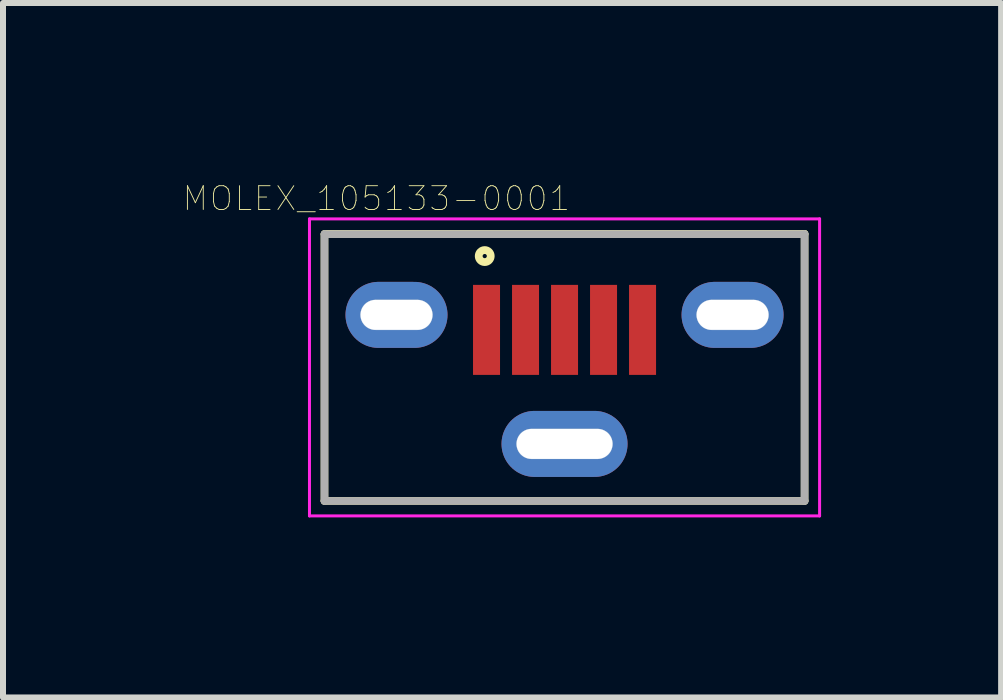
<source format=kicad_pcb>
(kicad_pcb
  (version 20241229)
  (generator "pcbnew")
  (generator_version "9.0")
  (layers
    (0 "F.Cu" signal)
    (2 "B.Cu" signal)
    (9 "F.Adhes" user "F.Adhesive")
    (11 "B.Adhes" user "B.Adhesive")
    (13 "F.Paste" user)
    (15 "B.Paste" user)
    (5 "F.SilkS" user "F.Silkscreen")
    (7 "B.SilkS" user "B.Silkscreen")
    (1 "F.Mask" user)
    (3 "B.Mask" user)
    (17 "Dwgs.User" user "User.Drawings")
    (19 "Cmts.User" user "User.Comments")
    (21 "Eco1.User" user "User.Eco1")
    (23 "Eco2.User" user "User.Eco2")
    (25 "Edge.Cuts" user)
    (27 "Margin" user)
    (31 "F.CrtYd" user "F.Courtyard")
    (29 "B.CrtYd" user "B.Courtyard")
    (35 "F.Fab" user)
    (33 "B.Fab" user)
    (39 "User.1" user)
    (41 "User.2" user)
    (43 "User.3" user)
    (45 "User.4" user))
  (footprint "MOLEX_105133-0001"
    (layer "F.Cu")
    (at 6.357 2.197)
    (property "Reference" "MOLEX_105133-0001" (at -3.135 -1.939 0) (layer "F.SilkS") (effects (font (size 0.396 0.396) (thickness 0.015))))
    (attr through_hole)
    (fp_poly (pts (xy -3.945 -0.75) (xy -1.675 -0.75) (xy -1.675 0.754) (xy -3.945 0.754)) (stroke (width 0.01) (type solid)) (fill yes) (layer "F.Mask"))
    (fp_poly (pts (xy -1.256 1.4) (xy 1.25 1.4) (xy 1.25 2.914) (xy -1.256 2.914)) (stroke (width 0.01) (type solid)) (fill yes) (layer "F.Mask"))
    (fp_poly (pts (xy 1.684 -0.75) (xy 3.925 -0.75) (xy 3.925 0.754) (xy 1.684 0.754)) (stroke (width 0.01) (type solid)) (fill yes) (layer "F.Mask"))
    (fp_poly (pts (xy -3.946 -0.75) (xy -1.675 -0.75) (xy -1.675 0.754) (xy -3.946 0.754)) (stroke (width 0.01) (type solid)) (fill yes) (layer "B.Mask"))
    (fp_poly (pts (xy -1.255 1.4) (xy 1.25 1.4) (xy 1.25 2.912) (xy -1.255 2.912)) (stroke (width 0.01) (type solid)) (fill yes) (layer "B.Mask"))
    (fp_poly (pts (xy 1.687 -0.75) (xy 3.925 -0.75) (xy 3.925 0.755) (xy 1.687 0.755)) (stroke (width 0.01) (type solid)) (fill yes) (layer "B.Mask"))
    (fp_line (start -4 -1.34) (end -4 3.1) (stroke (width 0.127) (type solid)) (layer "F.SilkS"))
    (fp_line (start -4 3.1) (end 4 3.1) (stroke (width 0.127) (type solid)) (layer "F.SilkS"))
    (fp_line (start 4 -1.35) (end -4 -1.35) (stroke (width 0.127) (type solid)) (layer "F.SilkS"))
    (fp_line (start 4 3.1) (end 4 -1.35) (stroke (width 0.127) (type solid)) (layer "F.SilkS"))
    (fp_circle (center -1.33 -0.98) (end -1.23 -0.98) (stroke (width 0.13) (type solid)) (fill no) (layer "F.SilkS"))
    (fp_poly (pts (xy -3.4 0) (xy -3.4 0.013) (xy -3.399 0.026) (xy -3.397 0.039) (xy -3.395 0.052) (xy -3.391 0.065) (xy -3.388 0.077) (xy -3.383 0.09) (xy -3.378 0.102) (xy -3.373 0.113) (xy -3.367 0.125) (xy -3.36 0.136) (xy -3.352 0.147) (xy -3.344 0.157) (xy -3.336 0.167) (xy -3.327 0.177) (xy -3.317 0.186) (xy -3.307 0.194) (xy -3.297 0.202) (xy -3.286 0.21) (xy -3.275 0.217) (xy -3.263 0.223) (xy -3.252 0.228) (xy -3.24 0.233) (xy -3.227 0.238) (xy -3.215 0.241) (xy -3.202 0.245) (xy -3.189 0.247) (xy -3.176 0.249) (xy -3.163 0.25) (xy -3.15 0.25) (xy -2.45 0.25) (xy -2.437 0.25) (xy -2.424 0.249) (xy -2.411 0.247) (xy -2.398 0.245) (xy -2.385 0.241) (xy -2.373 0.238) (xy -2.36 0.233) (xy -2.348 0.228) (xy -2.337 0.223) (xy -2.325 0.217) (xy -2.314 0.21) (xy -2.303 0.202) (xy -2.293 0.194) (xy -2.283 0.186) (xy -2.273 0.177) (xy -2.264 0.167) (xy -2.256 0.157) (xy -2.248 0.147) (xy -2.24 0.136) (xy -2.233 0.125) (xy -2.227 0.113) (xy -2.222 0.102) (xy -2.217 0.09) (xy -2.212 0.077) (xy -2.209 0.065) (xy -2.205 0.052) (xy -2.203 0.039) (xy -2.201 0.026) (xy -2.2 0.013) (xy -2.2 0) (xy -2.2 -0.013) (xy -2.201 -0.026) (xy -2.203 -0.039) (xy -2.205 -0.052) (xy -2.209 -0.065) (xy -2.212 -0.077) (xy -2.217 -0.09) (xy -2.222 -0.102) (xy -2.227 -0.113) (xy -2.233 -0.125) (xy -2.24 -0.136) (xy -2.248 -0.147) (xy -2.256 -0.157) (xy -2.264 -0.167) (xy -2.273 -0.177) (xy -2.283 -0.186) (xy -2.293 -0.194) (xy -2.303 -0.202) (xy -2.314 -0.21) (xy -2.325 -0.217) (xy -2.337 -0.223) (xy -2.348 -0.228) (xy -2.36 -0.233) (xy -2.373 -0.238) (xy -2.385 -0.241) (xy -2.398 -0.245) (xy -2.411 -0.247) (xy -2.424 -0.249) (xy -2.437 -0.25) (xy -2.45 -0.25) (xy -2.8 -0.25) (xy -2.8 -0.55) (xy -2.45 -0.55) (xy -2.421 -0.549) (xy -2.393 -0.547) (xy -2.364 -0.543) (xy -2.336 -0.538) (xy -2.308 -0.531) (xy -2.28 -0.523) (xy -2.253 -0.513) (xy -2.226 -0.502) (xy -2.2 -0.49) (xy -2.175 -0.476) (xy -2.15 -0.461) (xy -2.127 -0.445) (xy -2.104 -0.427) (xy -2.082 -0.409) (xy -2.061 -0.389) (xy -2.041 -0.368) (xy -2.023 -0.346) (xy -2.005 -0.323) (xy -1.989 -0.3) (xy -1.974 -0.275) (xy -1.96 -0.25) (xy -1.948 -0.224) (xy -1.937 -0.197) (xy -1.927 -0.17) (xy -1.919 -0.142) (xy -1.912 -0.114) (xy -1.907 -0.086) (xy -1.903 -0.057) (xy -1.901 -0.029) (xy -1.9 0) (xy -1.901 0.029) (xy -1.903 0.057) (xy -1.907 0.086) (xy -1.912 0.114) (xy -1.919 0.142) (xy -1.927 0.17) (xy -1.937 0.197) (xy -1.948 0.224) (xy -1.96 0.25) (xy -1.974 0.275) (xy -1.989 0.3) (xy -2.005 0.323) (xy -2.023 0.346) (xy -2.041 0.368) (xy -2.061 0.389) (xy -2.082 0.409) (xy -2.104 0.427) (xy -2.127 0.445) (xy -2.15 0.461) (xy -2.175 0.476) (xy -2.2 0.49) (xy -2.226 0.502) (xy -2.253 0.513) (xy -2.28 0.523) (xy -2.308 0.531) (xy -2.336 0.538) (xy -2.364 0.543) (xy -2.393 0.547) (xy -2.421 0.549) (xy -2.45 0.55) (xy -3.15 0.55) (xy -3.179 0.549) (xy -3.207 0.547) (xy -3.236 0.543) (xy -3.264 0.538) (xy -3.292 0.531) (xy -3.32 0.523) (xy -3.347 0.513) (xy -3.374 0.502) (xy -3.4 0.49) (xy -3.425 0.476) (xy -3.45 0.461) (xy -3.473 0.445) (xy -3.496 0.427) (xy -3.518 0.409) (xy -3.539 0.389) (xy -3.559 0.368) (xy -3.577 0.346) (xy -3.595 0.323) (xy -3.611 0.3) (xy -3.626 0.275) (xy -3.64 0.25) (xy -3.652 0.224) (xy -3.663 0.197) (xy -3.673 0.17) (xy -3.681 0.142) (xy -3.688 0.114) (xy -3.693 0.086) (xy -3.697 0.057) (xy -3.699 0.029) (xy -3.7 0) (xy -3.699 -0.029) (xy -3.697 -0.057) (xy -3.693 -0.086) (xy -3.688 -0.114) (xy -3.681 -0.142) (xy -3.673 -0.17) (xy -3.663 -0.197) (xy -3.652 -0.224) (xy -3.64 -0.25) (xy -3.626 -0.275) (xy -3.611 -0.3) (xy -3.595 -0.323) (xy -3.577 -0.346) (xy -3.559 -0.368) (xy -3.539 -0.389) (xy -3.518 -0.409) (xy -3.496 -0.427) (xy -3.473 -0.445) (xy -3.45 -0.461) (xy -3.425 -0.476) (xy -3.4 -0.49) (xy -3.374 -0.502) (xy -3.347 -0.513) (xy -3.32 -0.523) (xy -3.292 -0.531) (xy -3.264 -0.538) (xy -3.236 -0.543) (xy -3.207 -0.547) (xy -3.179 -0.549) (xy -3.15 -0.55) (xy -2.8 -0.55) (xy -2.8 -0.25) (xy -3.15 -0.25) (xy -3.163 -0.25) (xy -3.176 -0.249) (xy -3.189 -0.247) (xy -3.202 -0.245) (xy -3.215 -0.241) (xy -3.227 -0.238) (xy -3.24 -0.233) (xy -3.252 -0.228) (xy -3.263 -0.223) (xy -3.275 -0.217) (xy -3.286 -0.21) (xy -3.297 -0.202) (xy -3.307 -0.194) (xy -3.317 -0.186) (xy -3.327 -0.177) (xy -3.336 -0.167) (xy -3.344 -0.157) (xy -3.352 -0.147) (xy -3.36 -0.136) (xy -3.367 -0.125) (xy -3.373 -0.113) (xy -3.378 -0.102) (xy -3.383 -0.09) (xy -3.388 -0.077) (xy -3.391 -0.065) (xy -3.395 -0.052) (xy -3.397 -0.039) (xy -3.399 -0.026) (xy -3.4 -0.013) (xy -3.4 0)) (stroke (width 0.005) (type solid)) (fill yes) (layer "F.Paste"))
    (fp_poly (pts (xy 0 1.9) (xy 0 1.6) (xy -0.55 1.6) (xy -0.579 1.601) (xy -0.607 1.603) (xy -0.636 1.607) (xy -0.664 1.612) (xy -0.692 1.619) (xy -0.72 1.627) (xy -0.747 1.637) (xy -0.774 1.648) (xy -0.8 1.66) (xy -0.825 1.674) (xy -0.85 1.689) (xy -0.873 1.705) (xy -0.896 1.723) (xy -0.918 1.741) (xy -0.939 1.761) (xy -0.959 1.782) (xy -0.977 1.804) (xy -0.995 1.827) (xy -1.011 1.85) (xy -1.026 1.875) (xy -1.04 1.9) (xy -1.052 1.926) (xy -1.063 1.953) (xy -1.073 1.98) (xy -1.081 2.008) (xy -1.088 2.036) (xy -1.093 2.064) (xy -1.097 2.093) (xy -1.099 2.121) (xy -1.1 2.15) (xy -1.099 2.179) (xy -1.097 2.207) (xy -1.093 2.236) (xy -1.088 2.264) (xy -1.081 2.292) (xy -1.073 2.32) (xy -1.063 2.347) (xy -1.052 2.374) (xy -1.04 2.4) (xy -1.026 2.425) (xy -1.011 2.45) (xy -0.995 2.473) (xy -0.977 2.496) (xy -0.959 2.518) (xy -0.939 2.539) (xy -0.918 2.559) (xy -0.896 2.577) (xy -0.873 2.595) (xy -0.85 2.611) (xy -0.825 2.626) (xy -0.8 2.64) (xy -0.774 2.652) (xy -0.747 2.663) (xy -0.72 2.673) (xy -0.692 2.681) (xy -0.664 2.688) (xy -0.636 2.693) (xy -0.607 2.697) (xy -0.579 2.699) (xy -0.55 2.7) (xy 0.55 2.7) (xy 0.579 2.699) (xy 0.607 2.697) (xy 0.636 2.693) (xy 0.664 2.688) (xy 0.692 2.681) (xy 0.72 2.673) (xy 0.747 2.663) (xy 0.774 2.652) (xy 0.8 2.64) (xy 0.825 2.626) (xy 0.85 2.611) (xy 0.873 2.595) (xy 0.896 2.577) (xy 0.918 2.559) (xy 0.939 2.539) (xy 0.959 2.518) (xy 0.977 2.496) (xy 0.995 2.473) (xy 1.011 2.45) (xy 1.026 2.425) (xy 1.04 2.4) (xy 1.052 2.374) (xy 1.063 2.347) (xy 1.073 2.32) (xy 1.081 2.292) (xy 1.088 2.264) (xy 1.093 2.236) (xy 1.097 2.207) (xy 1.099 2.179) (xy 1.1 2.15) (xy 1.099 2.121) (xy 1.097 2.093) (xy 1.093 2.064) (xy 1.088 2.036) (xy 1.081 2.008) (xy 1.073 1.98) (xy 1.063 1.953) (xy 1.052 1.926) (xy 1.04 1.9) (xy 1.026 1.875) (xy 1.011 1.85) (xy 0.995 1.827) (xy 0.977 1.804) (xy 0.959 1.782) (xy 0.939 1.761) (xy 0.918 1.741) (xy 0.896 1.723) (xy 0.873 1.705) (xy 0.85 1.689) (xy 0.825 1.674) (xy 0.8 1.66) (xy 0.774 1.648) (xy 0.747 1.637) (xy 0.72 1.627) (xy 0.692 1.619) (xy 0.664 1.612) (xy 0.636 1.607) (xy 0.607 1.603) (xy 0.579 1.601) (xy 0.55 1.6) (xy 0 1.6) (xy 0 1.9) (xy 0.55 1.9) (xy 0.563 1.9) (xy 0.576 1.901) (xy 0.589 1.903) (xy 0.602 1.905) (xy 0.615 1.909) (xy 0.627 1.912) (xy 0.64 1.917) (xy 0.652 1.922) (xy 0.663 1.927) (xy 0.675 1.933) (xy 0.686 1.94) (xy 0.697 1.948) (xy 0.707 1.956) (xy 0.717 1.964) (xy 0.727 1.973) (xy 0.736 1.983) (xy 0.744 1.993) (xy 0.752 2.003) (xy 0.76 2.014) (xy 0.767 2.025) (xy 0.773 2.037) (xy 0.778 2.048) (xy 0.783 2.06) (xy 0.788 2.073) (xy 0.791 2.085) (xy 0.795 2.098) (xy 0.797 2.111) (xy 0.799 2.124) (xy 0.8 2.137) (xy 0.8 2.15) (xy 0.8 2.163) (xy 0.799 2.176) (xy 0.797 2.189) (xy 0.795 2.202) (xy 0.791 2.215) (xy 0.788 2.227) (xy 0.783 2.24) (xy 0.778 2.252) (xy 0.773 2.263) (xy 0.767 2.275) (xy 0.76 2.286) (xy 0.752 2.297) (xy 0.744 2.307) (xy 0.736 2.317) (xy 0.727 2.327) (xy 0.717 2.336) (xy 0.707 2.344) (xy 0.697 2.352) (xy 0.686 2.36) (xy 0.675 2.367) (xy 0.663 2.373) (xy 0.652 2.378) (xy 0.64 2.383) (xy 0.627 2.388) (xy 0.615 2.391) (xy 0.602 2.395) (xy 0.589 2.397) (xy 0.576 2.399) (xy 0.563 2.4) (xy 0.55 2.4) (xy -0.55 2.4) (xy -0.563 2.4) (xy -0.576 2.399) (xy -0.589 2.397) (xy -0.602 2.395) (xy -0.615 2.391) (xy -0.627 2.388) (xy -0.64 2.383) (xy -0.652 2.378) (xy -0.663 2.373) (xy -0.675 2.367) (xy -0.686 2.36) (xy -0.697 2.352) (xy -0.707 2.344) (xy -0.717 2.336) (xy -0.727 2.327) (xy -0.736 2.317) (xy -0.744 2.307) (xy -0.752 2.297) (xy -0.76 2.286) (xy -0.767 2.275) (xy -0.773 2.263) (xy -0.778 2.252) (xy -0.783 2.24) (xy -0.788 2.227) (xy -0.791 2.215) (xy -0.795 2.202) (xy -0.797 2.189) (xy -0.799 2.176) (xy -0.8 2.163) (xy -0.8 2.15) (xy -0.8 2.137) (xy -0.799 2.124) (xy -0.797 2.111) (xy -0.795 2.098) (xy -0.791 2.085) (xy -0.788 2.073) (xy -0.783 2.06) (xy -0.778 2.048) (xy -0.773 2.037) (xy -0.767 2.025) (xy -0.76 2.014) (xy -0.752 2.003) (xy -0.744 1.993) (xy -0.736 1.983) (xy -0.727 1.973) (xy -0.717 1.964) (xy -0.707 1.956) (xy -0.697 1.948) (xy -0.686 1.94) (xy -0.675 1.933) (xy -0.663 1.927) (xy -0.652 1.922) (xy -0.64 1.917) (xy -0.627 1.912) (xy -0.615 1.909) (xy -0.602 1.905) (xy -0.589 1.903) (xy -0.576 1.901) (xy -0.563 1.9) (xy -0.55 1.9) (xy 0 1.9)) (stroke (width 0.005) (type solid)) (fill yes) (layer "F.Paste"))
    (fp_poly (pts (xy -2.2 0) (xy -2.2 -0.013) (xy -2.201 -0.026) (xy -2.203 -0.039) (xy -2.205 -0.052) (xy -2.209 -0.065) (xy -2.212 -0.077) (xy -2.217 -0.09) (xy -2.222 -0.102) (xy -2.227 -0.113) (xy -2.233 -0.125) (xy -2.24 -0.136) (xy -2.248 -0.147) (xy -2.256 -0.157) (xy -2.264 -0.167) (xy -2.273 -0.177) (xy -2.283 -0.186) (xy -2.293 -0.194) (xy -2.303 -0.202) (xy -2.314 -0.21) (xy -2.325 -0.217) (xy -2.337 -0.223) (xy -2.348 -0.228) (xy -2.36 -0.233) (xy -2.373 -0.238) (xy -2.385 -0.241) (xy -2.398 -0.245) (xy -2.411 -0.247) (xy -2.424 -0.249) (xy -2.437 -0.25) (xy -2.45 -0.25) (xy -3.15 -0.25) (xy -3.163 -0.25) (xy -3.176 -0.249) (xy -3.189 -0.247) (xy -3.202 -0.245) (xy -3.215 -0.241) (xy -3.227 -0.238) (xy -3.24 -0.233) (xy -3.252 -0.228) (xy -3.263 -0.223) (xy -3.275 -0.217) (xy -3.286 -0.21) (xy -3.297 -0.202) (xy -3.307 -0.194) (xy -3.317 -0.186) (xy -3.327 -0.177) (xy -3.336 -0.167) (xy -3.344 -0.157) (xy -3.352 -0.147) (xy -3.36 -0.136) (xy -3.367 -0.125) (xy -3.373 -0.113) (xy -3.378 -0.102) (xy -3.383 -0.09) (xy -3.388 -0.077) (xy -3.391 -0.065) (xy -3.395 -0.052) (xy -3.397 -0.039) (xy -3.399 -0.026) (xy -3.4 -0.013) (xy -3.4 0) (xy -3.4 0.013) (xy -3.399 0.026) (xy -3.397 0.039) (xy -3.395 0.052) (xy -3.391 0.065) (xy -3.388 0.077) (xy -3.383 0.09) (xy -3.378 0.102) (xy -3.373 0.113) (xy -3.367 0.125) (xy -3.36 0.136) (xy -3.352 0.147) (xy -3.344 0.157) (xy -3.336 0.167) (xy -3.327 0.177) (xy -3.317 0.186) (xy -3.307 0.194) (xy -3.297 0.202) (xy -3.286 0.21) (xy -3.275 0.217) (xy -3.263 0.223) (xy -3.252 0.228) (xy -3.24 0.233) (xy -3.227 0.238) (xy -3.215 0.241) (xy -3.202 0.245) (xy -3.189 0.247) (xy -3.176 0.249) (xy -3.163 0.25) (xy -3.15 0.25) (xy -2.8 0.25) (xy -2.8 0.55) (xy -3.15 0.55) (xy -3.179 0.549) (xy -3.207 0.547) (xy -3.236 0.543) (xy -3.264 0.538) (xy -3.292 0.531) (xy -3.32 0.523) (xy -3.347 0.513) (xy -3.374 0.502) (xy -3.4 0.49) (xy -3.425 0.476) (xy -3.45 0.461) (xy -3.473 0.445) (xy -3.496 0.427) (xy -3.518 0.409) (xy -3.539 0.389) (xy -3.559 0.368) (xy -3.577 0.346) (xy -3.595 0.323) (xy -3.611 0.3) (xy -3.626 0.275) (xy -3.64 0.25) (xy -3.652 0.224) (xy -3.663 0.197) (xy -3.673 0.17) (xy -3.681 0.142) (xy -3.688 0.114) (xy -3.693 0.086) (xy -3.697 0.057) (xy -3.699 0.029) (xy -3.7 0) (xy -3.699 -0.029) (xy -3.697 -0.057) (xy -3.693 -0.086) (xy -3.688 -0.114) (xy -3.681 -0.142) (xy -3.673 -0.17) (xy -3.663 -0.197) (xy -3.652 -0.224) (xy -3.64 -0.25) (xy -3.626 -0.275) (xy -3.611 -0.3) (xy -3.595 -0.323) (xy -3.577 -0.346) (xy -3.559 -0.368) (xy -3.539 -0.389) (xy -3.518 -0.409) (xy -3.496 -0.427) (xy -3.473 -0.445) (xy -3.45 -0.461) (xy -3.425 -0.476) (xy -3.4 -0.49) (xy -3.374 -0.502) (xy -3.347 -0.513) (xy -3.32 -0.523) (xy -3.292 -0.531) (xy -3.264 -0.538) (xy -3.236 -0.543) (xy -3.207 -0.547) (xy -3.179 -0.549) (xy -3.15 -0.55) (xy -2.45 -0.55) (xy -2.421 -0.549) (xy -2.393 -0.547) (xy -2.364 -0.543) (xy -2.336 -0.538) (xy -2.308 -0.531) (xy -2.28 -0.523) (xy -2.253 -0.513) (xy -2.226 -0.502) (xy -2.2 -0.49) (xy -2.175 -0.476) (xy -2.15 -0.461) (xy -2.127 -0.445) (xy -2.104 -0.427) (xy -2.082 -0.409) (xy -2.061 -0.389) (xy -2.041 -0.368) (xy -2.023 -0.346) (xy -2.005 -0.323) (xy -1.989 -0.3) (xy -1.974 -0.275) (xy -1.96 -0.25) (xy -1.948 -0.224) (xy -1.937 -0.197) (xy -1.927 -0.17) (xy -1.919 -0.142) (xy -1.912 -0.114) (xy -1.907 -0.086) (xy -1.903 -0.057) (xy -1.901 -0.029) (xy -1.9 0) (xy -1.901 0.029) (xy -1.903 0.057) (xy -1.907 0.086) (xy -1.912 0.114) (xy -1.919 0.142) (xy -1.927 0.17) (xy -1.937 0.197) (xy -1.948 0.224) (xy -1.96 0.25) (xy -1.974 0.275) (xy -1.989 0.3) (xy -2.005 0.323) (xy -2.023 0.346) (xy -2.041 0.368) (xy -2.061 0.389) (xy -2.082 0.409) (xy -2.104 0.427) (xy -2.127 0.445) (xy -2.15 0.461) (xy -2.175 0.476) (xy -2.2 0.49) (xy -2.226 0.502) (xy -2.253 0.513) (xy -2.28 0.523) (xy -2.308 0.531) (xy -2.336 0.538) (xy -2.364 0.543) (xy -2.393 0.547) (xy -2.421 0.549) (xy -2.45 0.55) (xy -2.8 0.55) (xy -2.8 0.25) (xy -2.45 0.25) (xy -2.437 0.25) (xy -2.424 0.249) (xy -2.411 0.247) (xy -2.398 0.245) (xy -2.385 0.241) (xy -2.373 0.238) (xy -2.36 0.233) (xy -2.348 0.228) (xy -2.337 0.223) (xy -2.325 0.217) (xy -2.314 0.21) (xy -2.303 0.202) (xy -2.293 0.194) (xy -2.283 0.186) (xy -2.273 0.177) (xy -2.264 0.167) (xy -2.256 0.157) (xy -2.248 0.147) (xy -2.24 0.136) (xy -2.233 0.125) (xy -2.227 0.113) (xy -2.222 0.102) (xy -2.217 0.09) (xy -2.212 0.077) (xy -2.209 0.065) (xy -2.205 0.052) (xy -2.203 0.039) (xy -2.201 0.026) (xy -2.2 0.013) (xy -2.2 0)) (stroke (width 0.005) (type solid)) (fill yes) (layer "B.Paste"))
    (fp_poly (pts (xy 0 1.9) (xy 0 1.6) (xy -0.55 1.6) (xy -0.579 1.601) (xy -0.607 1.603) (xy -0.636 1.607) (xy -0.664 1.612) (xy -0.692 1.619) (xy -0.72 1.627) (xy -0.747 1.637) (xy -0.774 1.648) (xy -0.8 1.66) (xy -0.825 1.674) (xy -0.85 1.689) (xy -0.873 1.705) (xy -0.896 1.723) (xy -0.918 1.741) (xy -0.939 1.761) (xy -0.959 1.782) (xy -0.977 1.804) (xy -0.995 1.827) (xy -1.011 1.85) (xy -1.026 1.875) (xy -1.04 1.9) (xy -1.052 1.926) (xy -1.063 1.953) (xy -1.073 1.98) (xy -1.081 2.008) (xy -1.088 2.036) (xy -1.093 2.064) (xy -1.097 2.093) (xy -1.099 2.121) (xy -1.1 2.15) (xy -1.099 2.179) (xy -1.097 2.207) (xy -1.093 2.236) (xy -1.088 2.264) (xy -1.081 2.292) (xy -1.073 2.32) (xy -1.063 2.347) (xy -1.052 2.374) (xy -1.04 2.4) (xy -1.026 2.425) (xy -1.011 2.45) (xy -0.995 2.473) (xy -0.977 2.496) (xy -0.959 2.518) (xy -0.939 2.539) (xy -0.918 2.559) (xy -0.896 2.577) (xy -0.873 2.595) (xy -0.85 2.611) (xy -0.825 2.626) (xy -0.8 2.64) (xy -0.774 2.652) (xy -0.747 2.663) (xy -0.72 2.673) (xy -0.692 2.681) (xy -0.664 2.688) (xy -0.636 2.693) (xy -0.607 2.697) (xy -0.579 2.699) (xy -0.55 2.7) (xy 0.55 2.7) (xy 0.579 2.699) (xy 0.607 2.697) (xy 0.636 2.693) (xy 0.664 2.688) (xy 0.692 2.681) (xy 0.72 2.673) (xy 0.747 2.663) (xy 0.774 2.652) (xy 0.8 2.64) (xy 0.825 2.626) (xy 0.85 2.611) (xy 0.873 2.595) (xy 0.896 2.577) (xy 0.918 2.559) (xy 0.939 2.539) (xy 0.959 2.518) (xy 0.977 2.496) (xy 0.995 2.473) (xy 1.011 2.45) (xy 1.026 2.425) (xy 1.04 2.4) (xy 1.052 2.374) (xy 1.063 2.347) (xy 1.073 2.32) (xy 1.081 2.292) (xy 1.088 2.264) (xy 1.093 2.236) (xy 1.097 2.207) (xy 1.099 2.179) (xy 1.1 2.15) (xy 1.099 2.121) (xy 1.097 2.093) (xy 1.093 2.064) (xy 1.088 2.036) (xy 1.081 2.008) (xy 1.073 1.98) (xy 1.063 1.953) (xy 1.052 1.926) (xy 1.04 1.9) (xy 1.026 1.875) (xy 1.011 1.85) (xy 0.995 1.827) (xy 0.977 1.804) (xy 0.959 1.782) (xy 0.939 1.761) (xy 0.918 1.741) (xy 0.896 1.723) (xy 0.873 1.705) (xy 0.85 1.689) (xy 0.825 1.674) (xy 0.8 1.66) (xy 0.774 1.648) (xy 0.747 1.637) (xy 0.72 1.627) (xy 0.692 1.619) (xy 0.664 1.612) (xy 0.636 1.607) (xy 0.607 1.603) (xy 0.579 1.601) (xy 0.55 1.6) (xy 0 1.6) (xy 0 1.9) (xy 0.55 1.9) (xy 0.563 1.9) (xy 0.576 1.901) (xy 0.589 1.903) (xy 0.602 1.905) (xy 0.615 1.909) (xy 0.627 1.912) (xy 0.64 1.917) (xy 0.652 1.922) (xy 0.663 1.927) (xy 0.675 1.933) (xy 0.686 1.94) (xy 0.697 1.948) (xy 0.707 1.956) (xy 0.717 1.964) (xy 0.727 1.973) (xy 0.736 1.983) (xy 0.744 1.993) (xy 0.752 2.003) (xy 0.76 2.014) (xy 0.767 2.025) (xy 0.773 2.037) (xy 0.778 2.048) (xy 0.783 2.06) (xy 0.788 2.073) (xy 0.791 2.085) (xy 0.795 2.098) (xy 0.797 2.111) (xy 0.799 2.124) (xy 0.8 2.137) (xy 0.8 2.15) (xy 0.8 2.163) (xy 0.799 2.176) (xy 0.797 2.189) (xy 0.795 2.202) (xy 0.791 2.215) (xy 0.788 2.227) (xy 0.783 2.24) (xy 0.778 2.252) (xy 0.773 2.263) (xy 0.767 2.275) (xy 0.76 2.286) (xy 0.752 2.297) (xy 0.744 2.307) (xy 0.736 2.317) (xy 0.727 2.327) (xy 0.717 2.336) (xy 0.707 2.344) (xy 0.697 2.352) (xy 0.686 2.36) (xy 0.675 2.367) (xy 0.663 2.373) (xy 0.652 2.378) (xy 0.64 2.383) (xy 0.627 2.388) (xy 0.615 2.391) (xy 0.602 2.395) (xy 0.589 2.397) (xy 0.576 2.399) (xy 0.563 2.4) (xy 0.55 2.4) (xy -0.55 2.4) (xy -0.563 2.4) (xy -0.576 2.399) (xy -0.589 2.397) (xy -0.602 2.395) (xy -0.615 2.391) (xy -0.627 2.388) (xy -0.64 2.383) (xy -0.652 2.378) (xy -0.663 2.373) (xy -0.675 2.367) (xy -0.686 2.36) (xy -0.697 2.352) (xy -0.707 2.344) (xy -0.717 2.336) (xy -0.727 2.327) (xy -0.736 2.317) (xy -0.744 2.307) (xy -0.752 2.297) (xy -0.76 2.286) (xy -0.767 2.275) (xy -0.773 2.263) (xy -0.778 2.252) (xy -0.783 2.24) (xy -0.788 2.227) (xy -0.791 2.215) (xy -0.795 2.202) (xy -0.797 2.189) (xy -0.799 2.176) (xy -0.8 2.163) (xy -0.8 2.15) (xy -0.8 2.137) (xy -0.799 2.124) (xy -0.797 2.111) (xy -0.795 2.098) (xy -0.791 2.085) (xy -0.788 2.073) (xy -0.783 2.06) (xy -0.778 2.048) (xy -0.773 2.037) (xy -0.767 2.025) (xy -0.76 2.014) (xy -0.752 2.003) (xy -0.744 1.993) (xy -0.736 1.983) (xy -0.727 1.973) (xy -0.717 1.964) (xy -0.707 1.956) (xy -0.697 1.948) (xy -0.686 1.94) (xy -0.675 1.933) (xy -0.663 1.927) (xy -0.652 1.922) (xy -0.64 1.917) (xy -0.627 1.912) (xy -0.615 1.909) (xy -0.602 1.905) (xy -0.589 1.903) (xy -0.576 1.901) (xy -0.563 1.9) (xy -0.55 1.9) (xy 0 1.9)) (stroke (width 0.005) (type solid)) (fill yes) (layer "B.Paste"))
    (fp_poly (pts (xy 3.4 0) (xy 3.4 -0.013) (xy 3.399 -0.026) (xy 3.397 -0.039) (xy 3.395 -0.052) (xy 3.391 -0.065) (xy 3.388 -0.077) (xy 3.383 -0.09) (xy 3.378 -0.102) (xy 3.373 -0.113) (xy 3.367 -0.125) (xy 3.36 -0.136) (xy 3.352 -0.147) (xy 3.344 -0.157) (xy 3.336 -0.167) (xy 3.327 -0.177) (xy 3.317 -0.186) (xy 3.307 -0.194) (xy 3.297 -0.202) (xy 3.286 -0.21) (xy 3.275 -0.217) (xy 3.263 -0.223) (xy 3.252 -0.228) (xy 3.24 -0.233) (xy 3.227 -0.238) (xy 3.215 -0.241) (xy 3.202 -0.245) (xy 3.189 -0.247) (xy 3.176 -0.249) (xy 3.163 -0.25) (xy 3.15 -0.25) (xy 2.45 -0.25) (xy 2.437 -0.25) (xy 2.424 -0.249) (xy 2.411 -0.247) (xy 2.398 -0.245) (xy 2.385 -0.241) (xy 2.373 -0.238) (xy 2.36 -0.233) (xy 2.348 -0.228) (xy 2.337 -0.223) (xy 2.325 -0.217) (xy 2.314 -0.21) (xy 2.303 -0.202) (xy 2.293 -0.194) (xy 2.283 -0.186) (xy 2.273 -0.177) (xy 2.264 -0.167) (xy 2.256 -0.157) (xy 2.248 -0.147) (xy 2.24 -0.136) (xy 2.233 -0.125) (xy 2.227 -0.113) (xy 2.222 -0.102) (xy 2.217 -0.09) (xy 2.212 -0.077) (xy 2.209 -0.065) (xy 2.205 -0.052) (xy 2.203 -0.039) (xy 2.201 -0.026) (xy 2.2 -0.013) (xy 2.2 0) (xy 2.2 0.013) (xy 2.201 0.026) (xy 2.203 0.039) (xy 2.205 0.052) (xy 2.209 0.065) (xy 2.212 0.077) (xy 2.217 0.09) (xy 2.222 0.102) (xy 2.227 0.113) (xy 2.233 0.125) (xy 2.24 0.136) (xy 2.248 0.147) (xy 2.256 0.157) (xy 2.264 0.167) (xy 2.273 0.177) (xy 2.283 0.186) (xy 2.293 0.194) (xy 2.303 0.202) (xy 2.314 0.21) (xy 2.325 0.217) (xy 2.337 0.223) (xy 2.348 0.228) (xy 2.36 0.233) (xy 2.373 0.238) (xy 2.385 0.241) (xy 2.398 0.245) (xy 2.411 0.247) (xy 2.424 0.249) (xy 2.437 0.25) (xy 2.45 0.25) (xy 2.8 0.25) (xy 2.8 0.55) (xy 2.45 0.55) (xy 2.421 0.549) (xy 2.393 0.547) (xy 2.364 0.543) (xy 2.336 0.538) (xy 2.308 0.531) (xy 2.28 0.523) (xy 2.253 0.513) (xy 2.226 0.502) (xy 2.2 0.49) (xy 2.175 0.476) (xy 2.15 0.461) (xy 2.127 0.445) (xy 2.104 0.427) (xy 2.082 0.409) (xy 2.061 0.389) (xy 2.041 0.368) (xy 2.023 0.346) (xy 2.005 0.323) (xy 1.989 0.3) (xy 1.974 0.275) (xy 1.96 0.25) (xy 1.948 0.224) (xy 1.937 0.197) (xy 1.927 0.17) (xy 1.919 0.142) (xy 1.912 0.114) (xy 1.907 0.086) (xy 1.903 0.057) (xy 1.901 0.029) (xy 1.9 0) (xy 1.901 -0.029) (xy 1.903 -0.057) (xy 1.907 -0.086) (xy 1.912 -0.114) (xy 1.919 -0.142) (xy 1.927 -0.17) (xy 1.937 -0.197) (xy 1.948 -0.224) (xy 1.96 -0.25) (xy 1.974 -0.275) (xy 1.989 -0.3) (xy 2.005 -0.323) (xy 2.023 -0.346) (xy 2.041 -0.368) (xy 2.061 -0.389) (xy 2.082 -0.409) (xy 2.104 -0.427) (xy 2.127 -0.445) (xy 2.15 -0.461) (xy 2.175 -0.476) (xy 2.2 -0.49) (xy 2.226 -0.502) (xy 2.253 -0.513) (xy 2.28 -0.523) (xy 2.308 -0.531) (xy 2.336 -0.538) (xy 2.364 -0.543) (xy 2.393 -0.547) (xy 2.421 -0.549) (xy 2.45 -0.55) (xy 3.15 -0.55) (xy 3.179 -0.549) (xy 3.207 -0.547) (xy 3.236 -0.543) (xy 3.264 -0.538) (xy 3.292 -0.531) (xy 3.32 -0.523) (xy 3.347 -0.513) (xy 3.374 -0.502) (xy 3.4 -0.49) (xy 3.425 -0.476) (xy 3.45 -0.461) (xy 3.473 -0.445) (xy 3.496 -0.427) (xy 3.518 -0.409) (xy 3.539 -0.389) (xy 3.559 -0.368) (xy 3.577 -0.346) (xy 3.595 -0.323) (xy 3.611 -0.3) (xy 3.626 -0.275) (xy 3.64 -0.25) (xy 3.652 -0.224) (xy 3.663 -0.197) (xy 3.673 -0.17) (xy 3.681 -0.142) (xy 3.688 -0.114) (xy 3.693 -0.086) (xy 3.697 -0.057) (xy 3.699 -0.029) (xy 3.7 0) (xy 3.699 0.029) (xy 3.697 0.057) (xy 3.693 0.086) (xy 3.688 0.114) (xy 3.681 0.142) (xy 3.673 0.17) (xy 3.663 0.197) (xy 3.652 0.224) (xy 3.64 0.25) (xy 3.626 0.275) (xy 3.611 0.3) (xy 3.595 0.323) (xy 3.577 0.346) (xy 3.559 0.368) (xy 3.539 0.389) (xy 3.518 0.409) (xy 3.496 0.427) (xy 3.473 0.445) (xy 3.45 0.461) (xy 3.425 0.476) (xy 3.4 0.49) (xy 3.374 0.502) (xy 3.347 0.513) (xy 3.32 0.523) (xy 3.292 0.531) (xy 3.264 0.538) (xy 3.236 0.543) (xy 3.207 0.547) (xy 3.179 0.549) (xy 3.15 0.55) (xy 2.8 0.55) (xy 2.8 0.25) (xy 3.15 0.25) (xy 3.163 0.25) (xy 3.176 0.249) (xy 3.189 0.247) (xy 3.202 0.245) (xy 3.215 0.241) (xy 3.227 0.238) (xy 3.24 0.233) (xy 3.252 0.228) (xy 3.263 0.223) (xy 3.275 0.217) (xy 3.286 0.21) (xy 3.297 0.202) (xy 3.307 0.194) (xy 3.317 0.186) (xy 3.327 0.177) (xy 3.336 0.167) (xy 3.344 0.157) (xy 3.352 0.147) (xy 3.36 0.136) (xy 3.367 0.125) (xy 3.373 0.113) (xy 3.378 0.102) (xy 3.383 0.09) (xy 3.388 0.077) (xy 3.391 0.065) (xy 3.395 0.052) (xy 3.397 0.039) (xy 3.399 0.026) (xy 3.4 0.013) (xy 3.4 0)) (stroke (width 0.005) (type solid)) (fill yes) (layer "B.Paste"))
    (fp_line (start -3.15 0.25) (end -2.45 0.25) (stroke (width 0.005) (type solid)) (layer "Edge.Cuts"))
    (fp_line (start -2.45 -0.25) (end -3.15 -0.25) (stroke (width 0.005) (type solid)) (layer "Edge.Cuts"))
    (fp_line (start -0.55 2.4) (end 0.55 2.4) (stroke (width 0.005) (type solid)) (layer "Edge.Cuts"))
    (fp_line (start 0.55 1.9) (end -0.55 1.9) (stroke (width 0.005) (type solid)) (layer "Edge.Cuts"))
    (fp_line (start 2.45 0.25) (end 3.15 0.25) (stroke (width 0.005) (type solid)) (layer "Edge.Cuts"))
    (fp_line (start 3.15 -0.25) (end 2.45 -0.25) (stroke (width 0.005) (type solid)) (layer "Edge.Cuts"))
    (fp_arc (start -3.4 0) (mid -3.326777 -0.176777) (end -3.15 -0.25) (stroke (width 0.005) (type solid)) (layer "Edge.Cuts"))
    (fp_arc (start -3.15 0.25) (mid -3.326777 0.176777) (end -3.4 0) (stroke (width 0.005) (type solid)) (layer "Edge.Cuts"))
    (fp_arc (start -2.45 -0.25) (mid -2.273223 -0.176777) (end -2.2 0) (stroke (width 0.005) (type solid)) (layer "Edge.Cuts"))
    (fp_arc (start -2.2 0) (mid -2.273223 0.176777) (end -2.45 0.25) (stroke (width 0.005) (type solid)) (layer "Edge.Cuts"))
    (fp_arc (start -0.8 2.15) (mid -0.726777 1.973223) (end -0.55 1.9) (stroke (width 0.005) (type solid)) (layer "Edge.Cuts"))
    (fp_arc (start -0.55 2.4) (mid -0.726777 2.326777) (end -0.8 2.15) (stroke (width 0.005) (type solid)) (layer "Edge.Cuts"))
    (fp_arc (start 0.55 1.9) (mid 0.726777 1.973223) (end 0.8 2.15) (stroke (width 0.005) (type solid)) (layer "Edge.Cuts"))
    (fp_arc (start 0.8 2.15) (mid 0.726777 2.326777) (end 0.55 2.4) (stroke (width 0.005) (type solid)) (layer "Edge.Cuts"))
    (fp_arc (start 2.2 0) (mid 2.273223 -0.176777) (end 2.45 -0.25) (stroke (width 0.005) (type solid)) (layer "Edge.Cuts"))
    (fp_arc (start 2.45 0.25) (mid 2.273223 0.176777) (end 2.2 0) (stroke (width 0.005) (type solid)) (layer "Edge.Cuts"))
    (fp_arc (start 3.15 -0.25) (mid 3.326777 -0.176777) (end 3.4 0) (stroke (width 0.005) (type solid)) (layer "Edge.Cuts"))
    (fp_arc (start 3.4 0) (mid 3.326777 0.176777) (end 3.15 0.25) (stroke (width 0.005) (type solid)) (layer "Edge.Cuts"))
    (fp_line (start -4.25 -1.6) (end -4.25 3.35) (stroke (width 0.05) (type solid)) (layer "F.CrtYd"))
    (fp_line (start -4.25 3.35) (end 4.25 3.35) (stroke (width 0.05) (type solid)) (layer "F.CrtYd"))
    (fp_line (start 4.25 -1.6) (end -4.25 -1.6) (stroke (width 0.05) (type solid)) (layer "F.CrtYd"))
    (fp_line (start 4.25 3.35) (end 4.25 -1.6) (stroke (width 0.05) (type solid)) (layer "F.CrtYd"))
    (fp_line (start -4 -1.345) (end -4 3.1) (stroke (width 0.127) (type solid)) (layer "F.Fab"))
    (fp_line (start -4 -1.345) (end 4 -1.345) (stroke (width 0.127) (type solid)) (layer "F.Fab"))
    (fp_line (start -4 3.1) (end 4 3.1) (stroke (width 0.127) (type solid)) (layer "F.Fab"))
    (fp_line (start 4 3.1) (end 4 -1.345) (stroke (width 0.127) (type solid)) (layer "F.Fab"))
    (pad "1" smd rect (at -1.3 0.25) (size 0.45 1.5) (layers "F.Cu" "F.Mask" "F.Paste"))
    (pad "2" smd rect (at -0.65 0.25) (size 0.45 1.5) (layers "F.Cu" "F.Mask" "F.Paste"))
    (pad "3" smd rect (at 0 0.25) (size 0.45 1.5) (layers "F.Cu" "F.Mask" "F.Paste"))
    (pad "4" smd rect (at 0.65 0.25) (size 0.45 1.5) (layers "F.Cu" "F.Mask" "F.Paste"))
    (pad "5" smd rect (at 1.3 0.25) (size 0.45 1.5) (layers "F.Cu" "F.Mask" "F.Paste"))
    (pad "S1" thru_hole oval (at -2.8 0) (size 1.7 1.1) (drill oval 1.2 0.5) (layers "*.Cu" "*.Mask"))
    (pad "S2" thru_hole oval (at 2.8 0) (size 1.7 1.1) (drill oval 1.2 0.5) (layers "*.Cu" "*.Mask"))
    (pad "S3" thru_hole oval (at 0 2.15) (size 2.1 1.1) (drill oval 1.6 0.5) (layers "*.Cu" "*.Mask")))
  (gr_rect
    (start -3 -3)
    (end 13.632 8.572)
    (stroke (width 0.1) (type default))
    (fill no)
    (layer "Edge.Cuts")))
</source>
